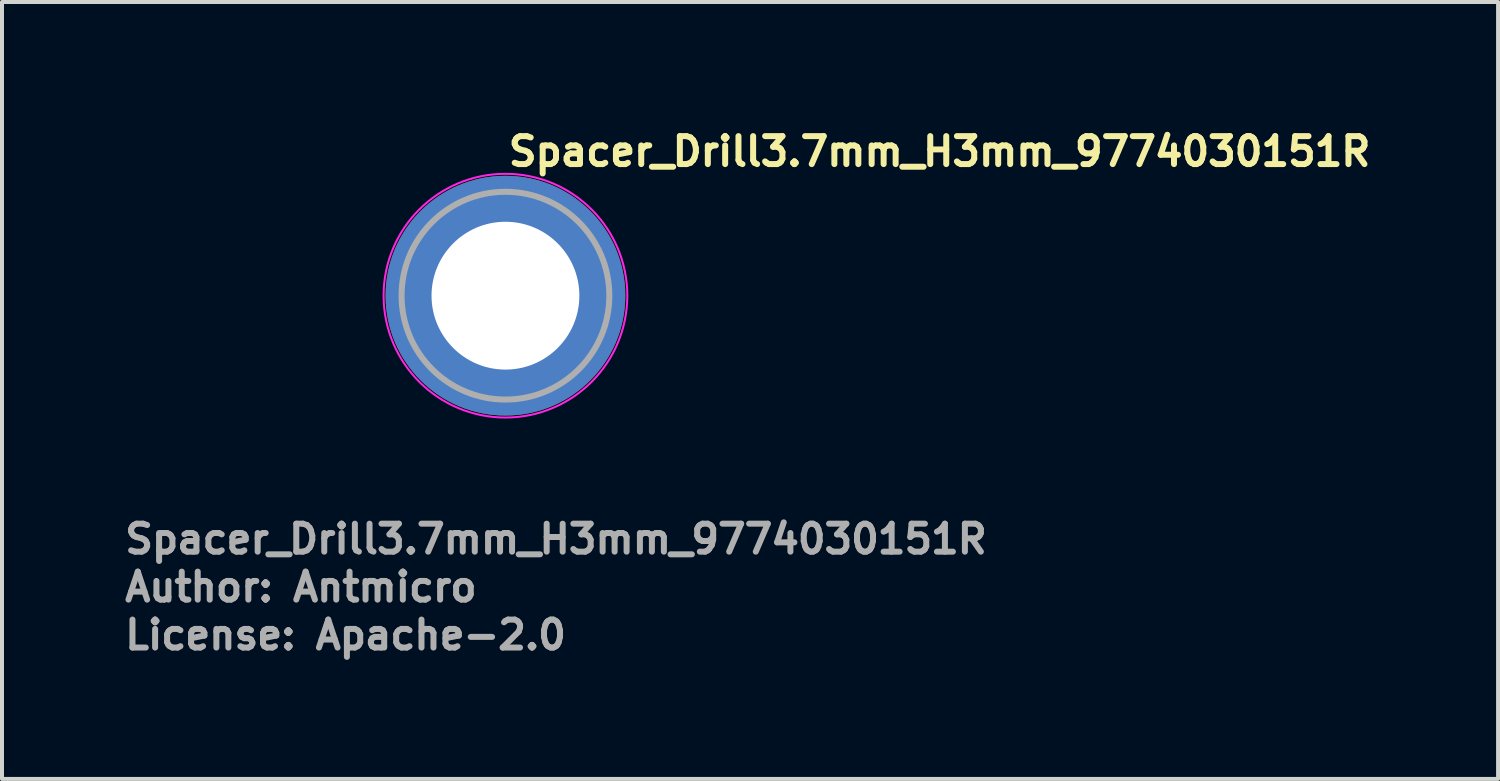
<source format=kicad_pcb>
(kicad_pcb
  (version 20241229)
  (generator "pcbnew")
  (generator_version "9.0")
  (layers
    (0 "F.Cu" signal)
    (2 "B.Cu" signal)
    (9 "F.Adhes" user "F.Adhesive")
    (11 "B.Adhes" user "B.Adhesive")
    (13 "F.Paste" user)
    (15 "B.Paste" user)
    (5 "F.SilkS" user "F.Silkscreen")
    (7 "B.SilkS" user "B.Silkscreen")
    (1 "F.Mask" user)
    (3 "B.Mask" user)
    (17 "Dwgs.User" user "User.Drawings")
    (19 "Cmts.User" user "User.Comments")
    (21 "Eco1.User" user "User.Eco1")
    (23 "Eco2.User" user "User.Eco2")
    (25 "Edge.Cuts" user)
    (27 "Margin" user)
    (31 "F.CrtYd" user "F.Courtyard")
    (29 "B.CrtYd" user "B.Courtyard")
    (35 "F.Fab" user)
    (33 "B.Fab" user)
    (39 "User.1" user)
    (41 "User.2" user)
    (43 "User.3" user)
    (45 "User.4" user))
  (footprint "Spacer_Drill3.7mm_H3mm_9774030151R"
    (layer "F.Cu")
    (at 9.6 4.35)
    (property "Reference" "Spacer_Drill3.7mm_H3mm_9774030151R" (at 0 -3.2 0) (layer "F.SilkS") (effects (font (size 0.7 0.7) (thickness 0.15)) (justify left bottom)))
    (attr smd)
    (fp_circle (center 0 0) (end 3.05 0) (stroke (width 0.05) (type solid)) (fill no) (layer "F.CrtYd"))
    (fp_circle (center 0 0) (end 2.6 0) (stroke (width 0.15) (type solid)) (fill no) (layer "F.Fab"))
    (fp_circle (center 0 0) (end 2.6 0) (stroke (width 0.1) (type solid)) (fill no) (layer "User.5"))
    (fp_circle (center 0 0) (end 1 0) (stroke (width 0.02) (type default)) (fill no) (layer "User.9"))
    (fp_circle (center 0 0) (end 2.55 0) (stroke (width 0.02) (type default)) (fill no) (layer "User.9"))
    (fp_text user "License: Apache-2.0" (at -9.6 8.9 0) (layer "F.Fab") (effects (font (size 0.7 0.7) (thickness 0.15)) (justify left bottom)))
    (fp_text user "Author: Antmicro" (at -9.6 7.7 0) (layer "F.Fab") (effects (font (size 0.7 0.7) (thickness 0.15)) (justify left bottom)))
    (fp_text user "${REFERENCE}" (at -9.6 6.5 0) (layer "F.Fab") (effects (font (size 0.7 0.7) (thickness 0.15)) (justify left bottom)))
    (pad "" smd custom (at -1.7 -1.7) (size 0.62 0.62) (layers "F.Paste") (options (anchor circle)) (primitives (gr_arc (start -0.250195 1.279127) (mid 0.285453 0.294389) (end 1.266786 -0.24747) (width 0.2)) (gr_arc (start -0.34334 1.279127) (mid 0.218448 0.232561) (end 1.259603 -0.339191) (width 0.2)) (gr_arc (start -0.436309 1.279127) (mid 0.152481 0.169693) (end 1.255279 -0.431435) (width 0.2)) (gr_arc (start -0.529126 1.279127) (mid 0.087542 0.105784) (end 1.253811 -0.524161) (width 0.2)) (gr_arc (start -0.621807 1.279127) (mid 0.0309 0.033527) (end 1.275473 -0.621136) (width 0.2)) (gr_arc (start -0.71437 1.279127) (mid -0.037758 -0.026651) (end 1.263664 -0.711602) (width 0.2)) (gr_arc (start -0.806826 1.279127) (mid -0.105837 -0.087395) (end 1.253435 -0.802342) (width 0.2)) (gr_arc (start -0.899187 1.279127) (mid -0.165236 -0.156885) (end 1.267475 -0.897258) (width 0.2)) (gr_arc (start -0.991463 1.279127) (mid -0.228522 -0.222449) (end 1.270645 -0.990112) (width 0.2)) (gr_arc (start -1.083663 1.279127) (mid -0.294507 -0.285313) (end 1.266278 -1.081674) (width 0.2)) (gr_line (start 1.279 -0.25) (end 1.279 -1.084) (width 0.2)) (gr_line (start -0.25 1.279) (end -1.084 1.279) (width 0.2))))
    (pad "" smd custom (at -1.7 1.7 90) (size 0.62 0.62) (layers "F.Paste") (options (anchor circle)) (primitives (gr_arc (start -0.250195 1.279127) (mid 0.285453 0.294389) (end 1.266786 -0.24747) (width 0.2)) (gr_arc (start -0.34334 1.279127) (mid 0.218448 0.232561) (end 1.259603 -0.339191) (width 0.2)) (gr_arc (start -0.436309 1.279127) (mid 0.152481 0.169693) (end 1.255279 -0.431435) (width 0.2)) (gr_arc (start -0.529126 1.279127) (mid 0.087542 0.105784) (end 1.253811 -0.524161) (width 0.2)) (gr_arc (start -0.621807 1.279127) (mid 0.0309 0.033527) (end 1.275473 -0.621136) (width 0.2)) (gr_arc (start -0.71437 1.279127) (mid -0.037758 -0.026651) (end 1.263664 -0.711602) (width 0.2)) (gr_arc (start -0.806826 1.279127) (mid -0.105837 -0.087395) (end 1.253435 -0.802342) (width 0.2)) (gr_arc (start -0.899187 1.279127) (mid -0.165236 -0.156885) (end 1.267475 -0.897258) (width 0.2)) (gr_arc (start -0.991463 1.279127) (mid -0.228522 -0.222449) (end 1.270645 -0.990112) (width 0.2)) (gr_arc (start -1.083663 1.279127) (mid -0.294507 -0.285313) (end 1.266278 -1.081674) (width 0.2)) (gr_line (start 1.279 -0.25) (end 1.279 -1.084) (width 0.2)) (gr_line (start -0.25 1.279) (end -1.084 1.279) (width 0.2))))
    (pad "" smd custom (at 1.7 -1.7 270) (size 0.62 0.62) (layers "F.Paste") (options (anchor circle)) (primitives (gr_arc (start -0.250195 1.279127) (mid 0.285453 0.294389) (end 1.266786 -0.24747) (width 0.2)) (gr_arc (start -0.34334 1.279127) (mid 0.218448 0.232561) (end 1.259603 -0.339191) (width 0.2)) (gr_arc (start -0.436309 1.279127) (mid 0.152481 0.169693) (end 1.255279 -0.431435) (width 0.2)) (gr_arc (start -0.529126 1.279127) (mid 0.087542 0.105784) (end 1.253811 -0.524161) (width 0.2)) (gr_arc (start -0.621807 1.279127) (mid 0.0309 0.033527) (end 1.275473 -0.621136) (width 0.2)) (gr_arc (start -0.71437 1.279127) (mid -0.037758 -0.026651) (end 1.263664 -0.711602) (width 0.2)) (gr_arc (start -0.806826 1.279127) (mid -0.105837 -0.087395) (end 1.253435 -0.802342) (width 0.2)) (gr_arc (start -0.899187 1.279127) (mid -0.165236 -0.156885) (end 1.267475 -0.897258) (width 0.2)) (gr_arc (start -0.991463 1.279127) (mid -0.228522 -0.222449) (end 1.270645 -0.990112) (width 0.2)) (gr_arc (start -1.083663 1.279127) (mid -0.294507 -0.285313) (end 1.266278 -1.081674) (width 0.2)) (gr_line (start 1.279 -0.25) (end 1.279 -1.084) (width 0.2)) (gr_line (start -0.25 1.279) (end -1.084 1.279) (width 0.2))))
    (pad "" smd custom (at 1.7 1.7 180) (size 0.62 0.62) (layers "F.Paste") (options (anchor circle)) (primitives (gr_arc (start -0.250195 1.279127) (mid 0.285453 0.294389) (end 1.266786 -0.24747) (width 0.2)) (gr_arc (start -0.34334 1.279127) (mid 0.218448 0.232561) (end 1.259603 -0.339191) (width 0.2)) (gr_arc (start -0.436309 1.279127) (mid 0.152481 0.169693) (end 1.255279 -0.431435) (width 0.2)) (gr_arc (start -0.529126 1.279127) (mid 0.087542 0.105784) (end 1.253811 -0.524161) (width 0.2)) (gr_arc (start -0.621807 1.279127) (mid 0.0309 0.033527) (end 1.275473 -0.621136) (width 0.2)) (gr_arc (start -0.71437 1.279127) (mid -0.037758 -0.026651) (end 1.263664 -0.711602) (width 0.2)) (gr_arc (start -0.806826 1.279127) (mid -0.105837 -0.087395) (end 1.253435 -0.802342) (width 0.2)) (gr_arc (start -0.899187 1.279127) (mid -0.165236 -0.156885) (end 1.267475 -0.897258) (width 0.2)) (gr_arc (start -0.991463 1.279127) (mid -0.228522 -0.222449) (end 1.270645 -0.990112) (width 0.2)) (gr_arc (start -1.083663 1.279127) (mid -0.294507 -0.285313) (end 1.266278 -1.081674) (width 0.2)) (gr_line (start 1.279 -0.25) (end 1.279 -1.084) (width 0.2)) (gr_line (start -0.25 1.279) (end -1.084 1.279) (width 0.2))))
    (pad "1" thru_hole circle (at 0 0) (size 6 6) (drill 3.7) (layers "*.Cu" "*.Mask")))
  (gr_rect
    (start -3 -3)
    (end 34.443 16.445)
    (stroke (width 0.1) (type default))
    (fill no)
    (layer "Edge.Cuts")))
</source>
